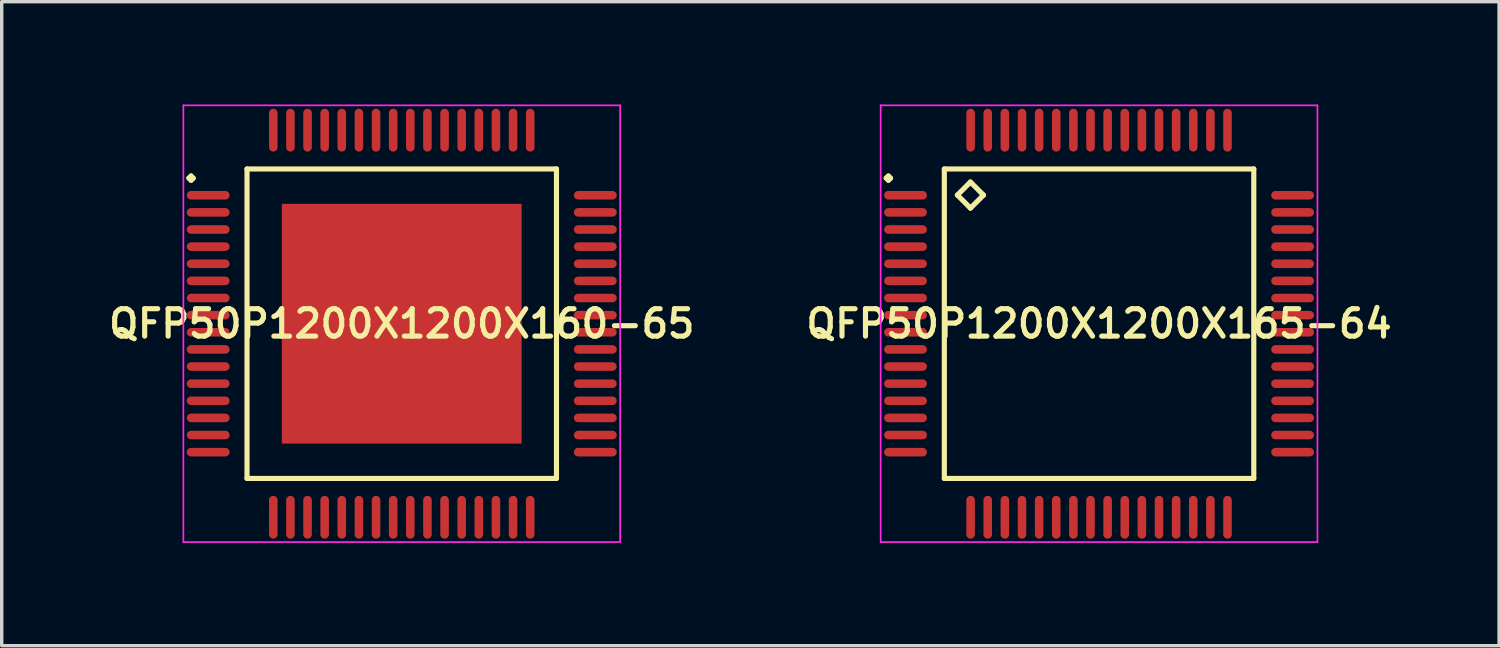
<source format=kicad_pcb>
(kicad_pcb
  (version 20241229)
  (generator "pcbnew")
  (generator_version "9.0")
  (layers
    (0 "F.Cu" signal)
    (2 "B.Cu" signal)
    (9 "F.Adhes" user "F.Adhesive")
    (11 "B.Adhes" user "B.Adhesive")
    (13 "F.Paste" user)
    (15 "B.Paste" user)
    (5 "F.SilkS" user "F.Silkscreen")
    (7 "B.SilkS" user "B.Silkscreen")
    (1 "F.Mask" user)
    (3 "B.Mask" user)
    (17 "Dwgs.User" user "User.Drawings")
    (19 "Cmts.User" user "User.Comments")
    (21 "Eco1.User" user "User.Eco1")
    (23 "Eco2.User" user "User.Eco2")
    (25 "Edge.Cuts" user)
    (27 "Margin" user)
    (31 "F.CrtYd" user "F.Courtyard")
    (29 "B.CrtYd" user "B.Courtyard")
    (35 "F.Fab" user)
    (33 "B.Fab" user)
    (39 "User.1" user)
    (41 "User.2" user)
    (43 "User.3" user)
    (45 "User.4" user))
  (footprint "QFP50P1200X1200X165-64"
    (layer "F.Cu")
    (at 29.035 6.4)
    (property "Reference" "QFP50P1200X1200X165-64" (at 0 0 0) (layer "F.SilkS") (effects (font (size 0.8 0.8) (thickness 0.15))))
    (attr smd)
    (fp_line (start -6.213 -4.25) (end -6.15 -4.312) (stroke (width 0.15) (type solid)) (layer "F.SilkS"))
    (fp_line (start -6.15 -4.312) (end -6.088 -4.25) (stroke (width 0.15) (type solid)) (layer "F.SilkS"))
    (fp_line (start -6.15 -4.188) (end -6.213 -4.25) (stroke (width 0.15) (type solid)) (layer "F.SilkS"))
    (fp_line (start -6.088 -4.25) (end -6.15 -4.188) (stroke (width 0.15) (type solid)) (layer "F.SilkS"))
    (fp_line (start -4.517 -4.517) (end -4.517 4.517) (stroke (width 0.15) (type solid)) (layer "F.SilkS"))
    (fp_line (start -4.517 4.517) (end 4.517 4.517) (stroke (width 0.15) (type solid)) (layer "F.SilkS"))
    (fp_line (start -4.136 -3.755) (end -3.755 -4.136) (stroke (width 0.15) (type solid)) (layer "F.SilkS"))
    (fp_line (start -3.755 -4.136) (end -3.374 -3.755) (stroke (width 0.15) (type solid)) (layer "F.SilkS"))
    (fp_line (start -3.755 -3.374) (end -4.136 -3.755) (stroke (width 0.15) (type solid)) (layer "F.SilkS"))
    (fp_line (start -3.374 -3.755) (end -3.755 -3.374) (stroke (width 0.15) (type solid)) (layer "F.SilkS"))
    (fp_line (start 4.517 -4.517) (end -4.517 -4.517) (stroke (width 0.15) (type solid)) (layer "F.SilkS"))
    (fp_line (start 4.517 4.517) (end 4.517 -4.517) (stroke (width 0.15) (type solid)) (layer "F.SilkS"))
    (fp_line (start -6.375 -6.375) (end 6.375 -6.375) (stroke (width 0.05) (type solid)) (layer "F.CrtYd"))
    (fp_line (start -6.375 6.375) (end -6.375 -6.375) (stroke (width 0.05) (type solid)) (layer "F.CrtYd"))
    (fp_line (start 6.375 -6.375) (end 6.375 6.375) (stroke (width 0.05) (type solid)) (layer "F.CrtYd"))
    (fp_line (start 6.375 6.375) (end -6.375 6.375) (stroke (width 0.05) (type solid)) (layer "F.CrtYd"))
    (pad "1" smd oval (at -5.65 -3.75) (size 1.25 0.25) (layers "F.Cu" "F.Mask" "F.Paste"))
    (pad "2" smd oval (at -5.65 -3.25) (size 1.25 0.25) (layers "F.Cu" "F.Mask" "F.Paste"))
    (pad "3" smd oval (at -5.65 -2.75) (size 1.25 0.25) (layers "F.Cu" "F.Mask" "F.Paste"))
    (pad "4" smd oval (at -5.65 -2.25) (size 1.25 0.25) (layers "F.Cu" "F.Mask" "F.Paste"))
    (pad "5" smd oval (at -5.65 -1.75) (size 1.25 0.25) (layers "F.Cu" "F.Mask" "F.Paste"))
    (pad "6" smd oval (at -5.65 -1.25) (size 1.25 0.25) (layers "F.Cu" "F.Mask" "F.Paste"))
    (pad "7" smd oval (at -5.65 -0.75) (size 1.25 0.25) (layers "F.Cu" "F.Mask" "F.Paste"))
    (pad "8" smd oval (at -5.65 -0.25) (size 1.25 0.25) (layers "F.Cu" "F.Mask" "F.Paste"))
    (pad "9" smd oval (at -5.65 0.25) (size 1.25 0.25) (layers "F.Cu" "F.Mask" "F.Paste"))
    (pad "10" smd oval (at -5.65 0.75) (size 1.25 0.25) (layers "F.Cu" "F.Mask" "F.Paste"))
    (pad "11" smd oval (at -5.65 1.25) (size 1.25 0.25) (layers "F.Cu" "F.Mask" "F.Paste"))
    (pad "12" smd oval (at -5.65 1.75) (size 1.25 0.25) (layers "F.Cu" "F.Mask" "F.Paste"))
    (pad "13" smd oval (at -5.65 2.25) (size 1.25 0.25) (layers "F.Cu" "F.Mask" "F.Paste"))
    (pad "14" smd oval (at -5.65 2.75) (size 1.25 0.25) (layers "F.Cu" "F.Mask" "F.Paste"))
    (pad "15" smd oval (at -5.65 3.25) (size 1.25 0.25) (layers "F.Cu" "F.Mask" "F.Paste"))
    (pad "16" smd oval (at -5.65 3.75) (size 1.25 0.25) (layers "F.Cu" "F.Mask" "F.Paste"))
    (pad "17" smd oval (at -3.75 5.65) (size 0.25 1.25) (layers "F.Cu" "F.Mask" "F.Paste"))
    (pad "18" smd oval (at -3.25 5.65) (size 0.25 1.25) (layers "F.Cu" "F.Mask" "F.Paste"))
    (pad "19" smd oval (at -2.75 5.65) (size 0.25 1.25) (layers "F.Cu" "F.Mask" "F.Paste"))
    (pad "20" smd oval (at -2.25 5.65) (size 0.25 1.25) (layers "F.Cu" "F.Mask" "F.Paste"))
    (pad "21" smd oval (at -1.75 5.65) (size 0.25 1.25) (layers "F.Cu" "F.Mask" "F.Paste"))
    (pad "22" smd oval (at -1.25 5.65) (size 0.25 1.25) (layers "F.Cu" "F.Mask" "F.Paste"))
    (pad "23" smd oval (at -0.75 5.65) (size 0.25 1.25) (layers "F.Cu" "F.Mask" "F.Paste"))
    (pad "24" smd oval (at -0.25 5.65) (size 0.25 1.25) (layers "F.Cu" "F.Mask" "F.Paste"))
    (pad "25" smd oval (at 0.25 5.65) (size 0.25 1.25) (layers "F.Cu" "F.Mask" "F.Paste"))
    (pad "26" smd oval (at 0.75 5.65) (size 0.25 1.25) (layers "F.Cu" "F.Mask" "F.Paste"))
    (pad "27" smd oval (at 1.25 5.65) (size 0.25 1.25) (layers "F.Cu" "F.Mask" "F.Paste"))
    (pad "28" smd oval (at 1.75 5.65) (size 0.25 1.25) (layers "F.Cu" "F.Mask" "F.Paste"))
    (pad "29" smd oval (at 2.25 5.65) (size 0.25 1.25) (layers "F.Cu" "F.Mask" "F.Paste"))
    (pad "30" smd oval (at 2.75 5.65) (size 0.25 1.25) (layers "F.Cu" "F.Mask" "F.Paste"))
    (pad "31" smd oval (at 3.25 5.65) (size 0.25 1.25) (layers "F.Cu" "F.Mask" "F.Paste"))
    (pad "32" smd oval (at 3.75 5.65) (size 0.25 1.25) (layers "F.Cu" "F.Mask" "F.Paste"))
    (pad "33" smd oval (at 5.65 3.75) (size 1.25 0.25) (layers "F.Cu" "F.Mask" "F.Paste"))
    (pad "34" smd oval (at 5.65 3.25) (size 1.25 0.25) (layers "F.Cu" "F.Mask" "F.Paste"))
    (pad "35" smd oval (at 5.65 2.75) (size 1.25 0.25) (layers "F.Cu" "F.Mask" "F.Paste"))
    (pad "36" smd oval (at 5.65 2.25) (size 1.25 0.25) (layers "F.Cu" "F.Mask" "F.Paste"))
    (pad "37" smd oval (at 5.65 1.75) (size 1.25 0.25) (layers "F.Cu" "F.Mask" "F.Paste"))
    (pad "38" smd oval (at 5.65 1.25) (size 1.25 0.25) (layers "F.Cu" "F.Mask" "F.Paste"))
    (pad "39" smd oval (at 5.65 0.75) (size 1.25 0.25) (layers "F.Cu" "F.Mask" "F.Paste"))
    (pad "40" smd oval (at 5.65 0.25) (size 1.25 0.25) (layers "F.Cu" "F.Mask" "F.Paste"))
    (pad "41" smd oval (at 5.65 -0.25) (size 1.25 0.25) (layers "F.Cu" "F.Mask" "F.Paste"))
    (pad "42" smd oval (at 5.65 -0.75) (size 1.25 0.25) (layers "F.Cu" "F.Mask" "F.Paste"))
    (pad "43" smd oval (at 5.65 -1.25) (size 1.25 0.25) (layers "F.Cu" "F.Mask" "F.Paste"))
    (pad "44" smd oval (at 5.65 -1.75) (size 1.25 0.25) (layers "F.Cu" "F.Mask" "F.Paste"))
    (pad "45" smd oval (at 5.65 -2.25) (size 1.25 0.25) (layers "F.Cu" "F.Mask" "F.Paste"))
    (pad "46" smd oval (at 5.65 -2.75) (size 1.25 0.25) (layers "F.Cu" "F.Mask" "F.Paste"))
    (pad "47" smd oval (at 5.65 -3.25) (size 1.25 0.25) (layers "F.Cu" "F.Mask" "F.Paste"))
    (pad "48" smd oval (at 5.65 -3.75) (size 1.25 0.25) (layers "F.Cu" "F.Mask" "F.Paste"))
    (pad "49" smd oval (at 3.75 -5.65) (size 0.25 1.25) (layers "F.Cu" "F.Mask" "F.Paste"))
    (pad "50" smd oval (at 3.25 -5.65) (size 0.25 1.25) (layers "F.Cu" "F.Mask" "F.Paste"))
    (pad "51" smd oval (at 2.75 -5.65) (size 0.25 1.25) (layers "F.Cu" "F.Mask" "F.Paste"))
    (pad "52" smd oval (at 2.25 -5.65) (size 0.25 1.25) (layers "F.Cu" "F.Mask" "F.Paste"))
    (pad "53" smd oval (at 1.75 -5.65) (size 0.25 1.25) (layers "F.Cu" "F.Mask" "F.Paste"))
    (pad "54" smd oval (at 1.25 -5.65) (size 0.25 1.25) (layers "F.Cu" "F.Mask" "F.Paste"))
    (pad "55" smd oval (at 0.75 -5.65) (size 0.25 1.25) (layers "F.Cu" "F.Mask" "F.Paste"))
    (pad "56" smd oval (at 0.25 -5.65) (size 0.25 1.25) (layers "F.Cu" "F.Mask" "F.Paste"))
    (pad "57" smd oval (at -0.25 -5.65) (size 0.25 1.25) (layers "F.Cu" "F.Mask" "F.Paste"))
    (pad "58" smd oval (at -0.75 -5.65) (size 0.25 1.25) (layers "F.Cu" "F.Mask" "F.Paste"))
    (pad "59" smd oval (at -1.25 -5.65) (size 0.25 1.25) (layers "F.Cu" "F.Mask" "F.Paste"))
    (pad "60" smd oval (at -1.75 -5.65) (size 0.25 1.25) (layers "F.Cu" "F.Mask" "F.Paste"))
    (pad "61" smd oval (at -2.25 -5.65) (size 0.25 1.25) (layers "F.Cu" "F.Mask" "F.Paste"))
    (pad "62" smd oval (at -2.75 -5.65) (size 0.25 1.25) (layers "F.Cu" "F.Mask" "F.Paste"))
    (pad "63" smd oval (at -3.25 -5.65) (size 0.25 1.25) (layers "F.Cu" "F.Mask" "F.Paste"))
    (pad "64" smd oval (at -3.75 -5.65) (size 0.25 1.25) (layers "F.Cu" "F.Mask" "F.Paste")))
  (footprint "QFP50P1200X1200X160-65"
    (layer "F.Cu")
    (at 8.678 6.4)
    (property "Reference" "QFP50P1200X1200X160-65" (at 0 0 0) (layer "F.SilkS") (effects (font (size 0.8 0.8) (thickness 0.15))))
    (attr smd)
    (fp_line (start -6.213 -4.25) (end -6.15 -4.312) (stroke (width 0.15) (type solid)) (layer "F.SilkS"))
    (fp_line (start -6.15 -4.312) (end -6.088 -4.25) (stroke (width 0.15) (type solid)) (layer "F.SilkS"))
    (fp_line (start -6.15 -4.188) (end -6.213 -4.25) (stroke (width 0.15) (type solid)) (layer "F.SilkS"))
    (fp_line (start -6.088 -4.25) (end -6.15 -4.188) (stroke (width 0.15) (type solid)) (layer "F.SilkS"))
    (fp_line (start -4.517 -4.517) (end -4.517 4.517) (stroke (width 0.15) (type solid)) (layer "F.SilkS"))
    (fp_line (start -4.517 4.517) (end 4.517 4.517) (stroke (width 0.15) (type solid)) (layer "F.SilkS"))
    (fp_line (start 4.517 -4.517) (end -4.517 -4.517) (stroke (width 0.15) (type solid)) (layer "F.SilkS"))
    (fp_line (start 4.517 4.517) (end 4.517 -4.517) (stroke (width 0.15) (type solid)) (layer "F.SilkS"))
    (fp_line (start -6.375 -6.375) (end 6.375 -6.375) (stroke (width 0.05) (type solid)) (layer "F.CrtYd"))
    (fp_line (start -6.375 6.375) (end -6.375 -6.375) (stroke (width 0.05) (type solid)) (layer "F.CrtYd"))
    (fp_line (start 6.375 -6.375) (end 6.375 6.375) (stroke (width 0.05) (type solid)) (layer "F.CrtYd"))
    (fp_line (start 6.375 6.375) (end -6.375 6.375) (stroke (width 0.05) (type solid)) (layer "F.CrtYd"))
    (pad "1" smd oval (at -5.65 -3.75) (size 1.25 0.25) (layers "F.Cu" "F.Mask" "F.Paste"))
    (pad "2" smd oval (at -5.65 -3.25) (size 1.25 0.25) (layers "F.Cu" "F.Mask" "F.Paste"))
    (pad "3" smd oval (at -5.65 -2.75) (size 1.25 0.25) (layers "F.Cu" "F.Mask" "F.Paste"))
    (pad "4" smd oval (at -5.65 -2.25) (size 1.25 0.25) (layers "F.Cu" "F.Mask" "F.Paste"))
    (pad "5" smd oval (at -5.65 -1.75) (size 1.25 0.25) (layers "F.Cu" "F.Mask" "F.Paste"))
    (pad "6" smd oval (at -5.65 -1.25) (size 1.25 0.25) (layers "F.Cu" "F.Mask" "F.Paste"))
    (pad "7" smd oval (at -5.65 -0.75) (size 1.25 0.25) (layers "F.Cu" "F.Mask" "F.Paste"))
    (pad "8" smd oval (at -5.65 -0.25) (size 1.25 0.25) (layers "F.Cu" "F.Mask" "F.Paste"))
    (pad "9" smd oval (at -5.65 0.25) (size 1.25 0.25) (layers "F.Cu" "F.Mask" "F.Paste"))
    (pad "10" smd oval (at -5.65 0.75) (size 1.25 0.25) (layers "F.Cu" "F.Mask" "F.Paste"))
    (pad "11" smd oval (at -5.65 1.25) (size 1.25 0.25) (layers "F.Cu" "F.Mask" "F.Paste"))
    (pad "12" smd oval (at -5.65 1.75) (size 1.25 0.25) (layers "F.Cu" "F.Mask" "F.Paste"))
    (pad "13" smd oval (at -5.65 2.25) (size 1.25 0.25) (layers "F.Cu" "F.Mask" "F.Paste"))
    (pad "14" smd oval (at -5.65 2.75) (size 1.25 0.25) (layers "F.Cu" "F.Mask" "F.Paste"))
    (pad "15" smd oval (at -5.65 3.25) (size 1.25 0.25) (layers "F.Cu" "F.Mask" "F.Paste"))
    (pad "16" smd oval (at -5.65 3.75) (size 1.25 0.25) (layers "F.Cu" "F.Mask" "F.Paste"))
    (pad "17" smd oval (at -3.75 5.65) (size 0.25 1.25) (layers "F.Cu" "F.Mask" "F.Paste"))
    (pad "18" smd oval (at -3.25 5.65) (size 0.25 1.25) (layers "F.Cu" "F.Mask" "F.Paste"))
    (pad "19" smd oval (at -2.75 5.65) (size 0.25 1.25) (layers "F.Cu" "F.Mask" "F.Paste"))
    (pad "20" smd oval (at -2.25 5.65) (size 0.25 1.25) (layers "F.Cu" "F.Mask" "F.Paste"))
    (pad "21" smd oval (at -1.75 5.65) (size 0.25 1.25) (layers "F.Cu" "F.Mask" "F.Paste"))
    (pad "22" smd oval (at -1.25 5.65) (size 0.25 1.25) (layers "F.Cu" "F.Mask" "F.Paste"))
    (pad "23" smd oval (at -0.75 5.65) (size 0.25 1.25) (layers "F.Cu" "F.Mask" "F.Paste"))
    (pad "24" smd oval (at -0.25 5.65) (size 0.25 1.25) (layers "F.Cu" "F.Mask" "F.Paste"))
    (pad "25" smd oval (at 0.25 5.65) (size 0.25 1.25) (layers "F.Cu" "F.Mask" "F.Paste"))
    (pad "26" smd oval (at 0.75 5.65) (size 0.25 1.25) (layers "F.Cu" "F.Mask" "F.Paste"))
    (pad "27" smd oval (at 1.25 5.65) (size 0.25 1.25) (layers "F.Cu" "F.Mask" "F.Paste"))
    (pad "28" smd oval (at 1.75 5.65) (size 0.25 1.25) (layers "F.Cu" "F.Mask" "F.Paste"))
    (pad "29" smd oval (at 2.25 5.65) (size 0.25 1.25) (layers "F.Cu" "F.Mask" "F.Paste"))
    (pad "30" smd oval (at 2.75 5.65) (size 0.25 1.25) (layers "F.Cu" "F.Mask" "F.Paste"))
    (pad "31" smd oval (at 3.25 5.65) (size 0.25 1.25) (layers "F.Cu" "F.Mask" "F.Paste"))
    (pad "32" smd oval (at 3.75 5.65) (size 0.25 1.25) (layers "F.Cu" "F.Mask" "F.Paste"))
    (pad "33" smd oval (at 5.65 3.75) (size 1.25 0.25) (layers "F.Cu" "F.Mask" "F.Paste"))
    (pad "34" smd oval (at 5.65 3.25) (size 1.25 0.25) (layers "F.Cu" "F.Mask" "F.Paste"))
    (pad "35" smd oval (at 5.65 2.75) (size 1.25 0.25) (layers "F.Cu" "F.Mask" "F.Paste"))
    (pad "36" smd oval (at 5.65 2.25) (size 1.25 0.25) (layers "F.Cu" "F.Mask" "F.Paste"))
    (pad "37" smd oval (at 5.65 1.75) (size 1.25 0.25) (layers "F.Cu" "F.Mask" "F.Paste"))
    (pad "38" smd oval (at 5.65 1.25) (size 1.25 0.25) (layers "F.Cu" "F.Mask" "F.Paste"))
    (pad "39" smd oval (at 5.65 0.75) (size 1.25 0.25) (layers "F.Cu" "F.Mask" "F.Paste"))
    (pad "40" smd oval (at 5.65 0.25) (size 1.25 0.25) (layers "F.Cu" "F.Mask" "F.Paste"))
    (pad "41" smd oval (at 5.65 -0.25) (size 1.25 0.25) (layers "F.Cu" "F.Mask" "F.Paste"))
    (pad "42" smd oval (at 5.65 -0.75) (size 1.25 0.25) (layers "F.Cu" "F.Mask" "F.Paste"))
    (pad "43" smd oval (at 5.65 -1.25) (size 1.25 0.25) (layers "F.Cu" "F.Mask" "F.Paste"))
    (pad "44" smd oval (at 5.65 -1.75) (size 1.25 0.25) (layers "F.Cu" "F.Mask" "F.Paste"))
    (pad "45" smd oval (at 5.65 -2.25) (size 1.25 0.25) (layers "F.Cu" "F.Mask" "F.Paste"))
    (pad "46" smd oval (at 5.65 -2.75) (size 1.25 0.25) (layers "F.Cu" "F.Mask" "F.Paste"))
    (pad "47" smd oval (at 5.65 -3.25) (size 1.25 0.25) (layers "F.Cu" "F.Mask" "F.Paste"))
    (pad "48" smd oval (at 5.65 -3.75) (size 1.25 0.25) (layers "F.Cu" "F.Mask" "F.Paste"))
    (pad "49" smd oval (at 3.75 -5.65) (size 0.25 1.25) (layers "F.Cu" "F.Mask" "F.Paste"))
    (pad "50" smd oval (at 3.25 -5.65) (size 0.25 1.25) (layers "F.Cu" "F.Mask" "F.Paste"))
    (pad "51" smd oval (at 2.75 -5.65) (size 0.25 1.25) (layers "F.Cu" "F.Mask" "F.Paste"))
    (pad "52" smd oval (at 2.25 -5.65) (size 0.25 1.25) (layers "F.Cu" "F.Mask" "F.Paste"))
    (pad "53" smd oval (at 1.75 -5.65) (size 0.25 1.25) (layers "F.Cu" "F.Mask" "F.Paste"))
    (pad "54" smd oval (at 1.25 -5.65) (size 0.25 1.25) (layers "F.Cu" "F.Mask" "F.Paste"))
    (pad "55" smd oval (at 0.75 -5.65) (size 0.25 1.25) (layers "F.Cu" "F.Mask" "F.Paste"))
    (pad "56" smd oval (at 0.25 -5.65) (size 0.25 1.25) (layers "F.Cu" "F.Mask" "F.Paste"))
    (pad "57" smd oval (at -0.25 -5.65) (size 0.25 1.25) (layers "F.Cu" "F.Mask" "F.Paste"))
    (pad "58" smd oval (at -0.75 -5.65) (size 0.25 1.25) (layers "F.Cu" "F.Mask" "F.Paste"))
    (pad "59" smd oval (at -1.25 -5.65) (size 0.25 1.25) (layers "F.Cu" "F.Mask" "F.Paste"))
    (pad "60" smd oval (at -1.75 -5.65) (size 0.25 1.25) (layers "F.Cu" "F.Mask" "F.Paste"))
    (pad "61" smd oval (at -2.25 -5.65) (size 0.25 1.25) (layers "F.Cu" "F.Mask" "F.Paste"))
    (pad "62" smd oval (at -2.75 -5.65) (size 0.25 1.25) (layers "F.Cu" "F.Mask" "F.Paste"))
    (pad "63" smd oval (at -3.25 -5.65) (size 0.25 1.25) (layers "F.Cu" "F.Mask" "F.Paste"))
    (pad "64" smd oval (at -3.75 -5.65) (size 0.25 1.25) (layers "F.Cu" "F.Mask" "F.Paste"))
    (pad "65" smd rect (at 0 0) (size 7 7) (layers "F.Cu" "F.Mask" "F.Paste")))
  (gr_rect
    (start -3 -3)
    (end 40.713 15.8)
    (stroke (width 0.1) (type default))
    (fill no)
    (layer "Edge.Cuts")))
</source>
